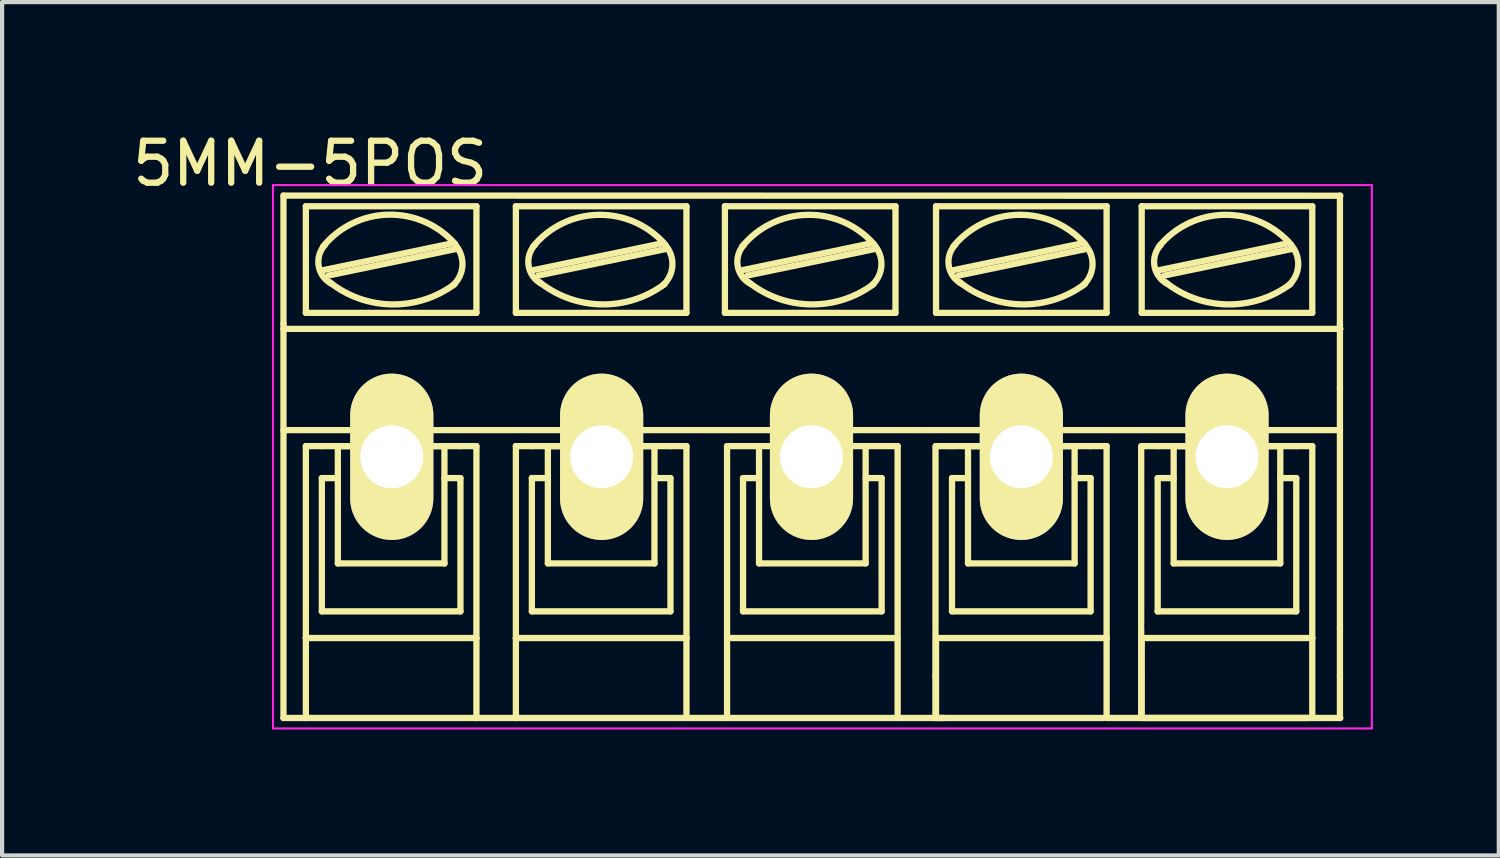
<source format=kicad_pcb>
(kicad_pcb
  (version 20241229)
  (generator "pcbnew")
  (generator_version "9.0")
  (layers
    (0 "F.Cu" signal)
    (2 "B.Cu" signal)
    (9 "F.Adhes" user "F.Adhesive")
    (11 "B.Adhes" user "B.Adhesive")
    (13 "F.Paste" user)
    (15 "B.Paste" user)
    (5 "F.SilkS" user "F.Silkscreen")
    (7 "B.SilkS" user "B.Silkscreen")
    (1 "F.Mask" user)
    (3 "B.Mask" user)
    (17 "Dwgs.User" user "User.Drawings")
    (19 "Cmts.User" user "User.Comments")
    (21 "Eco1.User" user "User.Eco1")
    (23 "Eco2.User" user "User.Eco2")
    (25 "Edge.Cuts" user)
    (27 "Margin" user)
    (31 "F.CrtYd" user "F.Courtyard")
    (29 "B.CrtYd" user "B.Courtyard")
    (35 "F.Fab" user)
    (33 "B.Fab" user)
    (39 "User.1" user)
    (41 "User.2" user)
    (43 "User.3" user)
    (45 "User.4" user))
  (footprint "5MM-5POS"
    (layer "F.Cu")
    (at 6.284 7.833)
    (property "Reference" "5MM-5POS" (at -1.945 -6.985 0) (layer "F.SilkS") (effects (font (size 1 1) (thickness 0.15))))
    (attr exclude_from_pos_files exclude_from_bom)
    (fp_line (start -2.58 -3.175) (end -2.58 -6.223) (stroke (width 0.15) (type solid)) (layer "F.SilkS"))
    (fp_line (start -2.58 -0.635) (end -2.58 -3.175) (stroke (width 0.15) (type solid)) (layer "F.SilkS"))
    (fp_line (start -2.58 6.223) (end -2.58 -0.635) (stroke (width 0.15) (type solid)) (layer "F.SilkS"))
    (fp_line (start -2.58 6.223) (end -2.047 6.223) (stroke (width 0.15) (type solid)) (layer "F.SilkS"))
    (fp_line (start -2.047 -3.429) (end -2.047 -5.969) (stroke (width 0.15) (type solid)) (layer "F.SilkS"))
    (fp_line (start -2.047 -0.254) (end -2.047 4.318) (stroke (width 0.15) (type solid)) (layer "F.SilkS"))
    (fp_line (start -2.047 -0.254) (end -1.666 -0.254) (stroke (width 0.15) (type solid)) (layer "F.SilkS"))
    (fp_line (start -2.047 4.318) (end -2.047 6.223) (stroke (width 0.15) (type solid)) (layer "F.SilkS"))
    (fp_line (start -2.047 6.223) (end 2.017 6.223) (stroke (width 0.15) (type solid)) (layer "F.SilkS"))
    (fp_line (start -1.666 0.508) (end -1.285 0.508) (stroke (width 0.15) (type solid)) (layer "F.SilkS"))
    (fp_line (start -1.666 3.683) (end -1.666 0.508) (stroke (width 0.15) (type solid)) (layer "F.SilkS"))
    (fp_line (start -1.64 -4.445) (end 1.41 -5.08) (stroke (width 0.15) (type solid)) (layer "F.SilkS"))
    (fp_line (start -1.513 -4.318) (end 1.535 -4.953) (stroke (width 0.15) (type solid)) (layer "F.SilkS"))
    (fp_line (start -1.285 -0.254) (end 1.255 -0.254) (stroke (width 0.15) (type solid)) (layer "F.SilkS"))
    (fp_line (start -1.285 2.54) (end -1.285 -0.254) (stroke (width 0.15) (type solid)) (layer "F.SilkS"))
    (fp_line (start -1.285 2.54) (end 1.255 2.54) (stroke (width 0.15) (type solid)) (layer "F.SilkS"))
    (fp_line (start 1.255 2.54) (end 1.255 -0.254) (stroke (width 0.15) (type solid)) (layer "F.SilkS"))
    (fp_line (start 1.636 -0.254) (end -1.666 -0.254) (stroke (width 0.15) (type solid)) (layer "F.SilkS"))
    (fp_line (start 1.636 0.508) (end 1.255 0.508) (stroke (width 0.15) (type solid)) (layer "F.SilkS"))
    (fp_line (start 1.636 3.683) (end -1.666 3.683) (stroke (width 0.15) (type solid)) (layer "F.SilkS"))
    (fp_line (start 1.636 3.683) (end 1.636 0.508) (stroke (width 0.15) (type solid)) (layer "F.SilkS"))
    (fp_line (start 2.017 -5.969) (end -2.047 -5.969) (stroke (width 0.15) (type solid)) (layer "F.SilkS"))
    (fp_line (start 2.017 -3.429) (end -2.047 -3.429) (stroke (width 0.15) (type solid)) (layer "F.SilkS"))
    (fp_line (start 2.017 -3.429) (end 2.017 -5.969) (stroke (width 0.15) (type solid)) (layer "F.SilkS"))
    (fp_line (start 2.017 -0.254) (end 1.636 -0.254) (stroke (width 0.15) (type solid)) (layer "F.SilkS"))
    (fp_line (start 2.017 4.318) (end -2.047 4.318) (stroke (width 0.15) (type solid)) (layer "F.SilkS"))
    (fp_line (start 2.017 4.318) (end 2.017 -0.254) (stroke (width 0.15) (type solid)) (layer "F.SilkS"))
    (fp_line (start 2.017 6.223) (end 2.017 4.318) (stroke (width 0.15) (type solid)) (layer "F.SilkS"))
    (fp_line (start 2.017 6.223) (end 2.957 6.223) (stroke (width 0.15) (type solid)) (layer "F.SilkS"))
    (fp_line (start 2.957 -5.969) (end 7.021 -5.969) (stroke (width 0.15) (type solid)) (layer "F.SilkS"))
    (fp_line (start 2.957 -3.429) (end 2.957 -5.969) (stroke (width 0.15) (type solid)) (layer "F.SilkS"))
    (fp_line (start 2.957 -0.254) (end 3.338 -0.254) (stroke (width 0.15) (type solid)) (layer "F.SilkS"))
    (fp_line (start 2.957 4.318) (end 2.957 -0.254) (stroke (width 0.15) (type solid)) (layer "F.SilkS"))
    (fp_line (start 2.957 4.318) (end 7.021 4.318) (stroke (width 0.15) (type solid)) (layer "F.SilkS"))
    (fp_line (start 2.957 6.223) (end 2.957 4.318) (stroke (width 0.15) (type solid)) (layer "F.SilkS"))
    (fp_line (start 2.957 6.223) (end 7.021 6.223) (stroke (width 0.15) (type solid)) (layer "F.SilkS"))
    (fp_line (start 3.338 -0.254) (end 6.64 -0.254) (stroke (width 0.15) (type solid)) (layer "F.SilkS"))
    (fp_line (start 3.338 0.508) (end 3.719 0.508) (stroke (width 0.15) (type solid)) (layer "F.SilkS"))
    (fp_line (start 3.338 3.683) (end 3.338 0.508) (stroke (width 0.15) (type solid)) (layer "F.SilkS"))
    (fp_line (start 3.364 -4.445) (end 6.412 -5.08) (stroke (width 0.15) (type solid)) (layer "F.SilkS"))
    (fp_line (start 3.491 -4.318) (end 6.539 -4.953) (stroke (width 0.15) (type solid)) (layer "F.SilkS"))
    (fp_line (start 3.719 -0.254) (end 6.259 -0.254) (stroke (width 0.15) (type solid)) (layer "F.SilkS"))
    (fp_line (start 3.719 2.54) (end 3.719 -0.254) (stroke (width 0.15) (type solid)) (layer "F.SilkS"))
    (fp_line (start 3.719 2.54) (end 6.259 2.54) (stroke (width 0.15) (type solid)) (layer "F.SilkS"))
    (fp_line (start 6.259 2.54) (end 6.259 -0.254) (stroke (width 0.15) (type solid)) (layer "F.SilkS"))
    (fp_line (start 6.64 0.508) (end 6.259 0.508) (stroke (width 0.15) (type solid)) (layer "F.SilkS"))
    (fp_line (start 6.64 3.683) (end 3.338 3.683) (stroke (width 0.15) (type solid)) (layer "F.SilkS"))
    (fp_line (start 6.64 3.683) (end 6.64 0.508) (stroke (width 0.15) (type solid)) (layer "F.SilkS"))
    (fp_line (start 7.021 -5.969) (end 7.021 -3.429) (stroke (width 0.15) (type solid)) (layer "F.SilkS"))
    (fp_line (start 7.021 -3.429) (end 2.957 -3.429) (stroke (width 0.15) (type solid)) (layer "F.SilkS"))
    (fp_line (start 7.021 -0.254) (end 6.64 -0.254) (stroke (width 0.15) (type solid)) (layer "F.SilkS"))
    (fp_line (start 7.021 -0.254) (end 7.021 4.318) (stroke (width 0.15) (type solid)) (layer "F.SilkS"))
    (fp_line (start 7.021 4.318) (end 7.021 6.223) (stroke (width 0.15) (type solid)) (layer "F.SilkS"))
    (fp_line (start 7.937 -5.969) (end 12.001 -5.969) (stroke (width 0.15) (type solid)) (layer "F.SilkS"))
    (fp_line (start 7.937 -3.429) (end 7.937 -5.969) (stroke (width 0.15) (type solid)) (layer "F.SilkS"))
    (fp_line (start 7.988 -0.254) (end 12.052 -0.254) (stroke (width 0.15) (type solid)) (layer "F.SilkS"))
    (fp_line (start 7.988 4.318) (end 12.052 4.318) (stroke (width 0.15) (type solid)) (layer "F.SilkS"))
    (fp_line (start 7.988 6.223) (end 7.988 -0.254) (stroke (width 0.15) (type solid)) (layer "F.SilkS"))
    (fp_line (start 8.344 -4.445) (end 11.392 -5.08) (stroke (width 0.15) (type solid)) (layer "F.SilkS"))
    (fp_line (start 8.369 0.508) (end 8.369 3.683) (stroke (width 0.15) (type solid)) (layer "F.SilkS"))
    (fp_line (start 8.369 0.508) (end 8.75 0.508) (stroke (width 0.15) (type solid)) (layer "F.SilkS"))
    (fp_line (start 8.369 3.683) (end 11.671 3.683) (stroke (width 0.15) (type solid)) (layer "F.SilkS"))
    (fp_line (start 8.471 -4.318) (end 11.519 -4.953) (stroke (width 0.15) (type solid)) (layer "F.SilkS"))
    (fp_line (start 8.75 -0.254) (end 8.75 2.54) (stroke (width 0.15) (type solid)) (layer "F.SilkS"))
    (fp_line (start 8.75 2.54) (end 11.29 2.54) (stroke (width 0.15) (type solid)) (layer "F.SilkS"))
    (fp_line (start 11.29 2.54) (end 11.29 -0.254) (stroke (width 0.15) (type solid)) (layer "F.SilkS"))
    (fp_line (start 11.671 0.508) (end 11.29 0.508) (stroke (width 0.15) (type solid)) (layer "F.SilkS"))
    (fp_line (start 11.671 3.683) (end 11.671 0.508) (stroke (width 0.15) (type solid)) (layer "F.SilkS"))
    (fp_line (start 12.001 -5.969) (end 12.001 -3.429) (stroke (width 0.15) (type solid)) (layer "F.SilkS"))
    (fp_line (start 12.001 -3.429) (end 7.937 -3.429) (stroke (width 0.15) (type solid)) (layer "F.SilkS"))
    (fp_line (start 12.052 6.223) (end 12.052 -0.254) (stroke (width 0.15) (type solid)) (layer "F.SilkS"))
    (fp_line (start 12.66 -0.635) (end -2.517 -0.635) (stroke (width 0.15) (type solid)) (layer "F.SilkS"))
    (fp_line (start 12.7 -0.635) (end 22.59 -0.635) (stroke (width 0.15) (type solid)) (layer "F.SilkS"))
    (fp_line (start 12.954 4) (end 12.954 -0.254) (stroke (width 0.15) (type solid)) (layer "F.SilkS"))
    (fp_line (start 12.954 4.064) (end 12.954 5.207) (stroke (width 0.15) (type solid)) (layer "F.SilkS"))
    (fp_line (start 12.954 5.207) (end 12.954 6.223) (stroke (width 0.15) (type solid)) (layer "F.SilkS"))
    (fp_line (start 12.967 -5.969) (end 17.031 -5.969) (stroke (width 0.15) (type solid)) (layer "F.SilkS"))
    (fp_line (start 12.967 -3.429) (end 12.967 -5.969) (stroke (width 0.15) (type solid)) (layer "F.SilkS"))
    (fp_line (start 12.967 -0.254) (end 13.348 -0.254) (stroke (width 0.15) (type solid)) (layer "F.SilkS"))
    (fp_line (start 12.967 4.318) (end 17.031 4.318) (stroke (width 0.15) (type solid)) (layer "F.SilkS"))
    (fp_line (start 12.967 6.223) (end 12.967 4.318) (stroke (width 0.15) (type solid)) (layer "F.SilkS"))
    (fp_line (start 13.168 6.223) (end 7.072 6.223) (stroke (width 0.15) (type solid)) (layer "F.SilkS"))
    (fp_line (start 13.348 -0.254) (end 16.65 -0.254) (stroke (width 0.15) (type solid)) (layer "F.SilkS"))
    (fp_line (start 13.348 0.508) (end 13.729 0.508) (stroke (width 0.15) (type solid)) (layer "F.SilkS"))
    (fp_line (start 13.348 3.683) (end 13.348 0.508) (stroke (width 0.15) (type solid)) (layer "F.SilkS"))
    (fp_line (start 13.374 -4.445) (end 16.422 -5.08) (stroke (width 0.15) (type solid)) (layer "F.SilkS"))
    (fp_line (start 13.501 -4.318) (end 16.549 -4.953) (stroke (width 0.15) (type solid)) (layer "F.SilkS"))
    (fp_line (start 13.729 -0.254) (end 16.269 -0.254) (stroke (width 0.15) (type solid)) (layer "F.SilkS"))
    (fp_line (start 13.729 2.54) (end 13.729 -0.254) (stroke (width 0.15) (type solid)) (layer "F.SilkS"))
    (fp_line (start 13.729 2.54) (end 16.269 2.54) (stroke (width 0.15) (type solid)) (layer "F.SilkS"))
    (fp_line (start 16.269 2.54) (end 16.269 -0.254) (stroke (width 0.15) (type solid)) (layer "F.SilkS"))
    (fp_line (start 16.65 0.508) (end 16.269 0.508) (stroke (width 0.15) (type solid)) (layer "F.SilkS"))
    (fp_line (start 16.65 3.683) (end 13.348 3.683) (stroke (width 0.15) (type solid)) (layer "F.SilkS"))
    (fp_line (start 16.65 3.683) (end 16.65 0.508) (stroke (width 0.15) (type solid)) (layer "F.SilkS"))
    (fp_line (start 16.955 6.223) (end 13.018 6.223) (stroke (width 0.15) (type solid)) (layer "F.SilkS"))
    (fp_line (start 17.031 -5.969) (end 17.031 -3.429) (stroke (width 0.15) (type solid)) (layer "F.SilkS"))
    (fp_line (start 17.031 -3.429) (end 12.967 -3.429) (stroke (width 0.15) (type solid)) (layer "F.SilkS"))
    (fp_line (start 17.031 -0.254) (end 16.65 -0.254) (stroke (width 0.15) (type solid)) (layer "F.SilkS"))
    (fp_line (start 17.031 -0.254) (end 17.031 4.318) (stroke (width 0.15) (type solid)) (layer "F.SilkS"))
    (fp_line (start 17.031 4.318) (end 17.031 6.223) (stroke (width 0.15) (type solid)) (layer "F.SilkS"))
    (fp_line (start 17.031 6.223) (end 22.6 6.223) (stroke (width 0.15) (type solid)) (layer "F.SilkS"))
    (fp_line (start 17.855 4) (end 17.855 -0.254) (stroke (width 0.15) (type solid)) (layer "F.SilkS"))
    (fp_line (start 17.855 4.064) (end 17.855 5.207) (stroke (width 0.15) (type solid)) (layer "F.SilkS"))
    (fp_line (start 17.855 5.207) (end 17.855 6.223) (stroke (width 0.15) (type solid)) (layer "F.SilkS"))
    (fp_line (start 17.867 -5.969) (end 21.931 -5.969) (stroke (width 0.15) (type solid)) (layer "F.SilkS"))
    (fp_line (start 17.867 -3.429) (end 17.867 -5.969) (stroke (width 0.15) (type solid)) (layer "F.SilkS"))
    (fp_line (start 17.867 -0.254) (end 18.248 -0.254) (stroke (width 0.15) (type solid)) (layer "F.SilkS"))
    (fp_line (start 17.867 4.318) (end 21.931 4.318) (stroke (width 0.15) (type solid)) (layer "F.SilkS"))
    (fp_line (start 17.867 6.223) (end 17.867 4.318) (stroke (width 0.15) (type solid)) (layer "F.SilkS"))
    (fp_line (start 18.248 -0.254) (end 21.55 -0.254) (stroke (width 0.15) (type solid)) (layer "F.SilkS"))
    (fp_line (start 18.248 0.508) (end 18.629 0.508) (stroke (width 0.15) (type solid)) (layer "F.SilkS"))
    (fp_line (start 18.248 3.683) (end 18.248 0.508) (stroke (width 0.15) (type solid)) (layer "F.SilkS"))
    (fp_line (start 18.274 -4.445) (end 21.322 -5.08) (stroke (width 0.15) (type solid)) (layer "F.SilkS"))
    (fp_line (start 18.401 -4.318) (end 21.449 -4.953) (stroke (width 0.15) (type solid)) (layer "F.SilkS"))
    (fp_line (start 18.629 -0.254) (end 21.169 -0.254) (stroke (width 0.15) (type solid)) (layer "F.SilkS"))
    (fp_line (start 18.629 2.54) (end 18.629 -0.254) (stroke (width 0.15) (type solid)) (layer "F.SilkS"))
    (fp_line (start 18.629 2.54) (end 21.169 2.54) (stroke (width 0.15) (type solid)) (layer "F.SilkS"))
    (fp_line (start 21.169 2.54) (end 21.169 -0.254) (stroke (width 0.15) (type solid)) (layer "F.SilkS"))
    (fp_line (start 21.55 0.508) (end 21.169 0.508) (stroke (width 0.15) (type solid)) (layer "F.SilkS"))
    (fp_line (start 21.55 3.683) (end 18.248 3.683) (stroke (width 0.15) (type solid)) (layer "F.SilkS"))
    (fp_line (start 21.55 3.683) (end 21.55 0.508) (stroke (width 0.15) (type solid)) (layer "F.SilkS"))
    (fp_line (start 21.855 6.223) (end 17.918 6.223) (stroke (width 0.15) (type solid)) (layer "F.SilkS"))
    (fp_line (start 21.931 -5.969) (end 21.931 -3.429) (stroke (width 0.15) (type solid)) (layer "F.SilkS"))
    (fp_line (start 21.931 -3.429) (end 17.867 -3.429) (stroke (width 0.15) (type solid)) (layer "F.SilkS"))
    (fp_line (start 21.931 -0.254) (end 21.55 -0.254) (stroke (width 0.15) (type solid)) (layer "F.SilkS"))
    (fp_line (start 21.931 -0.254) (end 21.931 4.318) (stroke (width 0.15) (type solid)) (layer "F.SilkS"))
    (fp_line (start 21.931 4.318) (end 21.931 6.223) (stroke (width 0.15) (type solid)) (layer "F.SilkS"))
    (fp_line (start 22.59 -6.223) (end 22.59 -3.175) (stroke (width 0.15) (type solid)) (layer "F.SilkS"))
    (fp_line (start 22.59 -3.175) (end 22.59 -1.651) (stroke (width 0.15) (type solid)) (layer "F.SilkS"))
    (fp_line (start 22.59 -1.651) (end 22.59 -0.635) (stroke (width 0.15) (type solid)) (layer "F.SilkS"))
    (fp_line (start 22.59 -0.635) (end 22.59 4.064) (stroke (width 0.15) (type solid)) (layer "F.SilkS"))
    (fp_line (start 22.59 4.064) (end 22.59 5.207) (stroke (width 0.15) (type solid)) (layer "F.SilkS"))
    (fp_line (start 22.59 5.207) (end 22.59 6.223) (stroke (width 0.15) (type solid)) (layer "F.SilkS"))
    (fp_line (start 22.6 -6.22) (end -2.58 -6.223) (stroke (width 0.15) (type solid)) (layer "F.SilkS"))
    (fp_line (start 22.6 -3.048) (end -2.58 -3.048) (stroke (width 0.15) (type solid)) (layer "F.SilkS"))
    (fp_arc (start -1.6402 -5.0038) (mid -0.075347 -5.768837) (end 1.516573 -5.061847) (stroke (width 0.15) (type solid)) (layer "F.SilkS"))
    (fp_arc (start -1.44462 -4.1275) (mid -1.742784 -4.553845) (end -1.58952 -5.051019) (stroke (width 0.15) (type solid)) (layer "F.SilkS"))
    (fp_arc (start 1.50178 -4.11734) (mid -0.000269 -3.630479) (end -1.485988 -4.165104) (stroke (width 0.15) (type solid)) (layer "F.SilkS"))
    (fp_arc (start 1.5094 -5.05206) (mid 1.683736 -4.555962) (end 1.45415 -4.08289) (stroke (width 0.15) (type solid)) (layer "F.SilkS"))
    (fp_arc (start 3.3636 -5.0038) (mid 4.926638 -5.764946) (end 6.514411 -5.056844) (stroke (width 0.15) (type solid)) (layer "F.SilkS"))
    (fp_arc (start 3.55664 -4.1275) (mid 3.259456 -4.555849) (end 3.414903 -5.053481) (stroke (width 0.15) (type solid)) (layer "F.SilkS"))
    (fp_arc (start 6.50304 -4.11734) (mid 5.000991 -3.630479) (end 3.515272 -4.165104) (stroke (width 0.15) (type solid)) (layer "F.SilkS"))
    (fp_arc (start 6.51066 -5.05206) (mid 6.685748 -4.557765) (end 6.457972 -4.085429) (stroke (width 0.15) (type solid)) (layer "F.SilkS"))
    (fp_arc (start 8.3436 -5.0038) (mid 9.906638 -5.764946) (end 11.494411 -5.056844) (stroke (width 0.15) (type solid)) (layer "F.SilkS"))
    (fp_arc (start 8.53664 -4.1275) (mid 8.239456 -4.555849) (end 8.394903 -5.053481) (stroke (width 0.15) (type solid)) (layer "F.SilkS"))
    (fp_arc (start 11.48304 -4.11734) (mid 9.980991 -3.630479) (end 8.495272 -4.165104) (stroke (width 0.15) (type solid)) (layer "F.SilkS"))
    (fp_arc (start 11.49066 -5.05206) (mid 11.665748 -4.557765) (end 11.437972 -4.085429) (stroke (width 0.15) (type solid)) (layer "F.SilkS"))
    (fp_arc (start 13.3736 -5.0038) (mid 14.936638 -5.764946) (end 16.524411 -5.056844) (stroke (width 0.15) (type solid)) (layer "F.SilkS"))
    (fp_arc (start 13.56664 -4.1275) (mid 13.269456 -4.555849) (end 13.424903 -5.053481) (stroke (width 0.15) (type solid)) (layer "F.SilkS"))
    (fp_arc (start 16.51304 -4.11734) (mid 15.010991 -3.630479) (end 13.525272 -4.165104) (stroke (width 0.15) (type solid)) (layer "F.SilkS"))
    (fp_arc (start 16.52066 -5.05206) (mid 16.695748 -4.557765) (end 16.467972 -4.085429) (stroke (width 0.15) (type solid)) (layer "F.SilkS"))
    (fp_arc (start 18.2736 -5.0038) (mid 19.836638 -5.764946) (end 21.424411 -5.056844) (stroke (width 0.15) (type solid)) (layer "F.SilkS"))
    (fp_arc (start 18.46664 -4.1275) (mid 18.169456 -4.555849) (end 18.324903 -5.053481) (stroke (width 0.15) (type solid)) (layer "F.SilkS"))
    (fp_arc (start 21.41304 -4.11734) (mid 19.910991 -3.630479) (end 18.425272 -4.165104) (stroke (width 0.15) (type solid)) (layer "F.SilkS"))
    (fp_arc (start 21.42066 -5.05206) (mid 21.595748 -4.557765) (end 21.367972 -4.085429) (stroke (width 0.15) (type solid)) (layer "F.SilkS"))
    (fp_line (start -2.83 -6.473) (end -2.83 6.473) (stroke (width 0.05) (type solid)) (layer "F.CrtYd"))
    (fp_line (start -2.83 -6.473) (end 23.35 -6.473) (stroke (width 0.05) (type solid)) (layer "F.CrtYd"))
    (fp_line (start -2.83 6.473) (end 23.35 6.473) (stroke (width 0.05) (type solid)) (layer "F.CrtYd"))
    (fp_line (start 23.35 -6.473) (end 23.35 6.473) (stroke (width 0.05) (type solid)) (layer "F.CrtYd"))
    (pad "1" thru_hole oval (at 0 0) (size 1.981 3.962) (drill 1.5) (layers "*.Cu" "*.Mask" "F.SilkS"))
    (pad "2" thru_hole oval (at 5 0) (size 1.981 3.962) (drill 1.5) (layers "*.Cu" "*.Mask" "F.SilkS"))
    (pad "3" thru_hole oval (at 10 0) (size 1.981 3.962) (drill 1.5) (layers "*.Cu" "*.Mask" "F.SilkS"))
    (pad "4" thru_hole oval (at 15 0) (size 1.981 3.962) (drill 1.5) (layers "*.Cu" "*.Mask" "F.SilkS"))
    (pad "5" thru_hole oval (at 19.9 0) (size 1.981 3.962) (drill 1.5) (layers "*.Cu" "*.Mask" "F.SilkS")))
  (gr_rect
    (start -3 -3)
    (end 32.659 17.331)
    (stroke (width 0.1) (type default))
    (fill no)
    (layer "Edge.Cuts")))
</source>
